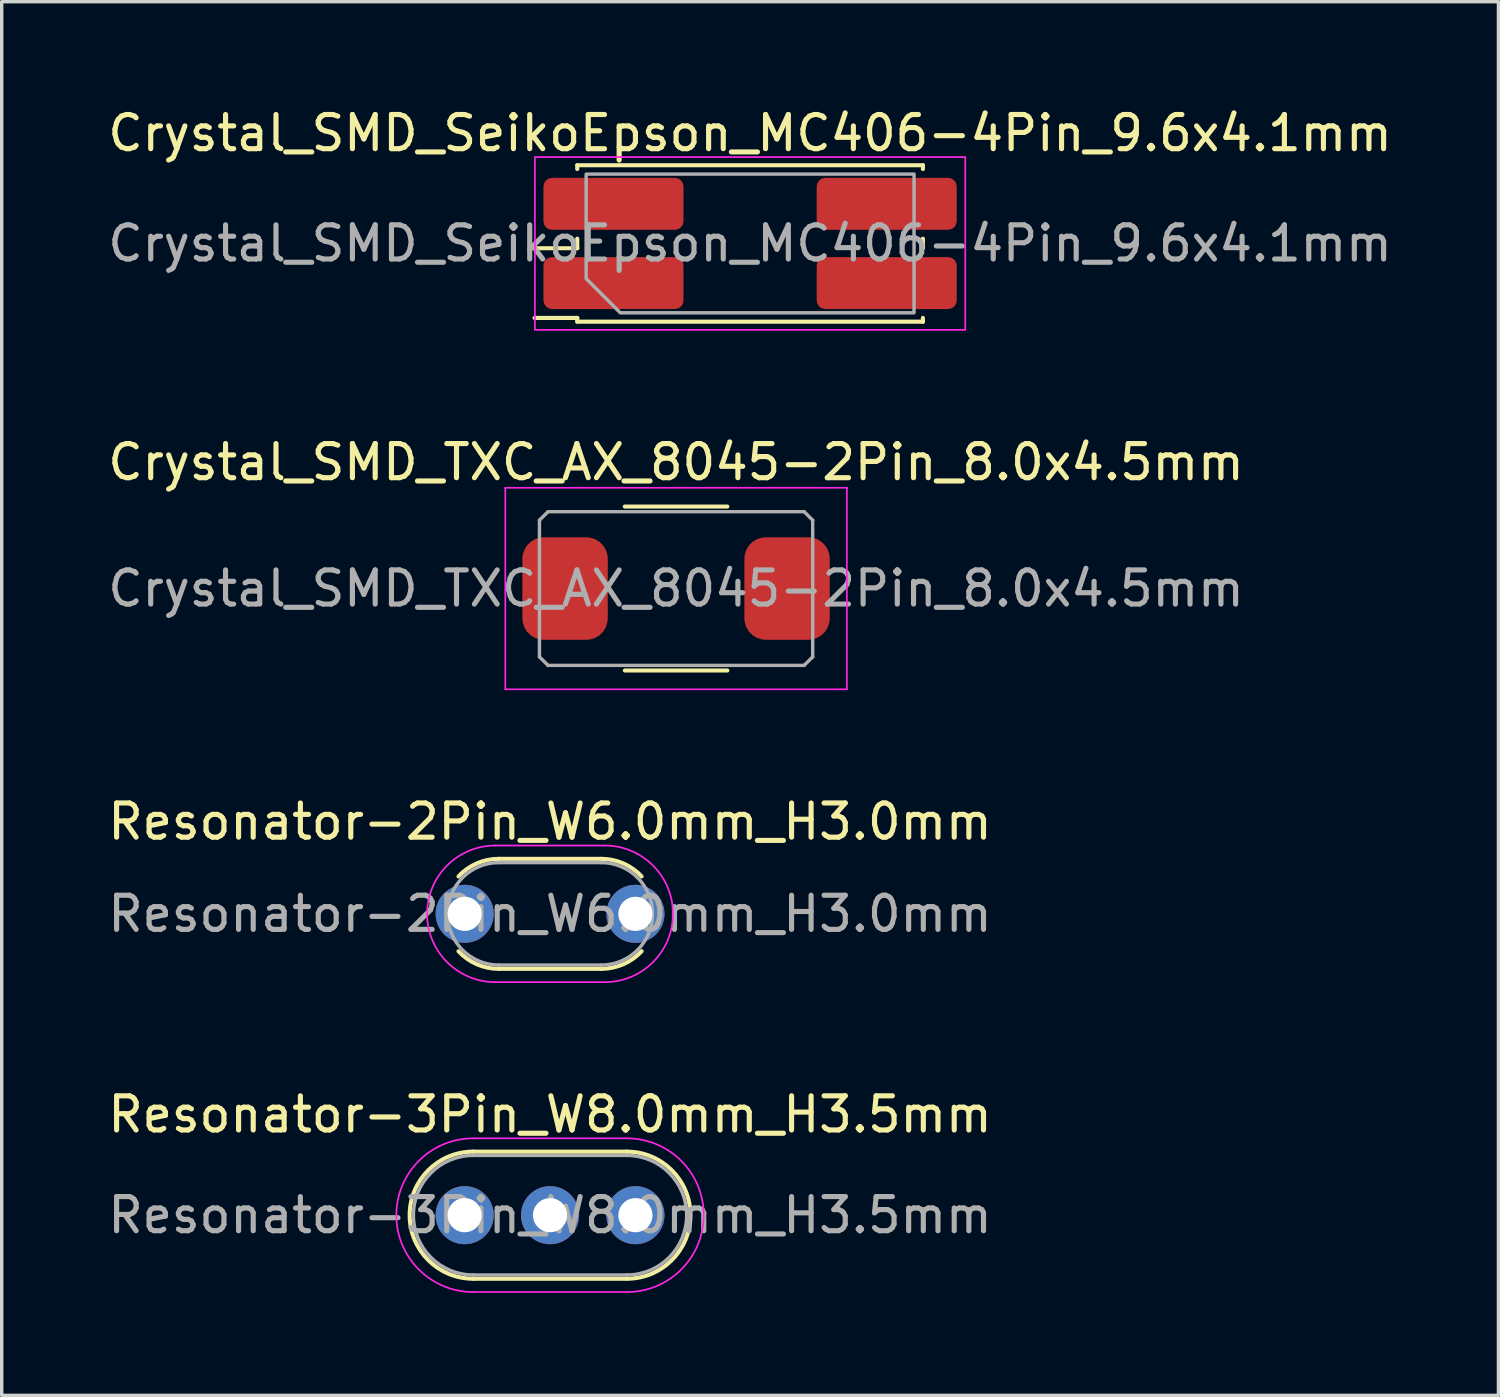
<source format=kicad_pcb>
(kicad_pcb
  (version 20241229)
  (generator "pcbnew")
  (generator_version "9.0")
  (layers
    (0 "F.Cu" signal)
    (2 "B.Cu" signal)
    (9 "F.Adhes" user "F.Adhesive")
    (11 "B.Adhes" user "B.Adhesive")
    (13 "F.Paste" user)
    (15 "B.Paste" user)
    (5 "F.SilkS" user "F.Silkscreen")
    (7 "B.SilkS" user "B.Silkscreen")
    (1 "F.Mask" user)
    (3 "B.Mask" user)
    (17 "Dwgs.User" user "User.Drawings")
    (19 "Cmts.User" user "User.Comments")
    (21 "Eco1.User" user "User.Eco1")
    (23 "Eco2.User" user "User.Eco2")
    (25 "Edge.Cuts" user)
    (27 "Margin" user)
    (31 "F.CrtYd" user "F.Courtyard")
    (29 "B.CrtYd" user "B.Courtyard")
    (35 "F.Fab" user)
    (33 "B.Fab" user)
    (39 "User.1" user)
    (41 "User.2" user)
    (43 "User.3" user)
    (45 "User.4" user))
  (footprint "Crystal_SMD_SeikoEpson_MC406-4Pin_9.6x4.1mm"
    (layer "F.Cu")
    (at 18.911 4.078)
    (property "Reference" "Crystal_SMD_SeikoEpson_MC406-4Pin_9.6x4.1mm" (at 0 -3.23 0) (layer "F.SilkS") (effects (font (size 1 1) (thickness 0.15))))
    (attr smd)
    (fp_line (start -6.31 0.14) (end -5.06 0.14) (stroke (width 0.12) (type solid)) (layer "F.SilkS"))
    (fp_line (start -6.31 2.18) (end -5.06 2.18) (stroke (width 0.12) (type solid)) (layer "F.SilkS"))
    (fp_line (start -5.06 -2.29) (end 5.06 -2.29) (stroke (width 0.12) (type solid)) (layer "F.SilkS"))
    (fp_line (start -5.06 -2.18) (end -5.06 -2.29) (stroke (width 0.12) (type solid)) (layer "F.SilkS"))
    (fp_line (start -5.06 0.14) (end -5.06 -0.14) (stroke (width 0.12) (type solid)) (layer "F.SilkS"))
    (fp_line (start -5.06 2.18) (end -5.06 2.29) (stroke (width 0.12) (type solid)) (layer "F.SilkS"))
    (fp_line (start -5.06 2.29) (end 5.06 2.29) (stroke (width 0.12) (type solid)) (layer "F.SilkS"))
    (fp_line (start 5.06 -2.29) (end 5.06 -2.18) (stroke (width 0.12) (type solid)) (layer "F.SilkS"))
    (fp_line (start 5.06 -0.14) (end 5.06 0.14) (stroke (width 0.12) (type solid)) (layer "F.SilkS"))
    (fp_line (start 5.06 2.29) (end 5.06 2.18) (stroke (width 0.12) (type solid)) (layer "F.SilkS"))
    (fp_rect (start -6.3 -2.53) (end 6.3 2.53) (stroke (width 0.05) (type solid)) (fill no) (layer "F.CrtYd"))
    (fp_poly (pts (xy -4.8 -2.03) (xy -4.8 1.03) (xy -3.8 2.03) (xy 4.8 2.03) (xy 4.8 -2.03)) (stroke (width 0.1) (type solid)) (fill no) (layer "F.Fab"))
    (fp_text user "${REFERENCE}" (at 0 0 0) (layer "F.Fab") (effects (font (size 1 1) (thickness 0.15))))
    (pad "1" smd roundrect (at -4 1.16) (size 4.1 1.52) (layers "F.Cu" "F.Mask" "F.Paste") (roundrect_rratio 0.164))
    (pad "2" smd roundrect (at 4 1.16) (size 4.1 1.52) (layers "F.Cu" "F.Mask" "F.Paste") (roundrect_rratio 0.164))
    (pad "3" smd roundrect (at 4 -1.16) (size 4.1 1.52) (layers "F.Cu" "F.Mask" "F.Paste") (roundrect_rratio 0.164))
    (pad "4" smd roundrect (at -4 -1.16) (size 4.1 1.52) (layers "F.Cu" "F.Mask" "F.Paste") (roundrect_rratio 0.164)))
  (footprint "Crystal_SMD_TXC_AX_8045-2Pin_8.0x4.5mm"
    (layer "F.Cu")
    (at 16.744 14.181)
    (property "Reference" "Crystal_SMD_TXC_AX_8045-2Pin_8.0x4.5mm" (at 0 -3.7 0) (layer "F.SilkS") (effects (font (size 1 1) (thickness 0.15))))
    (attr smd)
    (fp_line (start -1.5 2.4) (end 1.5 2.4) (stroke (width 0.12) (type solid)) (layer "F.SilkS"))
    (fp_line (start 1.5 -2.4) (end -1.5 -2.4) (stroke (width 0.12) (type solid)) (layer "F.SilkS"))
    (fp_line (start -5 -2.95) (end -5 2.95) (stroke (width 0.05) (type solid)) (layer "F.CrtYd"))
    (fp_line (start -5 2.95) (end 5 2.95) (stroke (width 0.05) (type solid)) (layer "F.CrtYd"))
    (fp_line (start 5 -2.95) (end -5 -2.95) (stroke (width 0.05) (type solid)) (layer "F.CrtYd"))
    (fp_line (start 5 2.95) (end 5 -2.95) (stroke (width 0.05) (type solid)) (layer "F.CrtYd"))
    (fp_line (start -4 -2) (end -3.75 -2.25) (stroke (width 0.1) (type solid)) (layer "F.Fab"))
    (fp_line (start -4 2) (end -4 -2) (stroke (width 0.1) (type solid)) (layer "F.Fab"))
    (fp_line (start -3.75 -2.25) (end 3.75 -2.25) (stroke (width 0.1) (type solid)) (layer "F.Fab"))
    (fp_line (start -3.75 2.25) (end -4 2) (stroke (width 0.1) (type solid)) (layer "F.Fab"))
    (fp_line (start 3.75 -2.25) (end 4 -2) (stroke (width 0.1) (type solid)) (layer "F.Fab"))
    (fp_line (start 3.75 2.25) (end -3.75 2.25) (stroke (width 0.1) (type solid)) (layer "F.Fab"))
    (fp_line (start 3.75 2.25) (end 4 2) (stroke (width 0.1) (type solid)) (layer "F.Fab"))
    (fp_line (start 4 -2) (end 4 2) (stroke (width 0.1) (type solid)) (layer "F.Fab"))
    (fp_text user "${REFERENCE}" (at 0 0 0) (layer "F.Fab") (effects (font (size 1 1) (thickness 0.15))))
    (pad "1" smd roundrect (at -3.25 0) (size 2.5 3) (layers "F.Cu" "F.Mask" "F.Paste") (roundrect_rratio 0.25))
    (pad "2" smd roundrect (at 3.25 0) (size 2.5 3) (layers "F.Cu" "F.Mask" "F.Paste") (roundrect_rratio 0.25)))
  (footprint "Resonator-2Pin_W6.0mm_H3.0mm"
    (layer "F.Cu")
    (at 10.554 23.705)
    (property "Reference" "Resonator-2Pin_W6.0mm_H3.0mm" (at 2.5 -2.7 0) (layer "F.SilkS") (effects (font (size 1 1) (thickness 0.15))))
    (attr through_hole)
    (fp_line (start 1 -1.61) (end 4 -1.61) (stroke (width 0.12) (type solid)) (layer "F.SilkS"))
    (fp_line (start 4 1.61) (end 1 1.61) (stroke (width 0.12) (type solid)) (layer "F.SilkS"))
    (fp_arc (start -0.18 -1.095) (mid 0.356084 -1.476037) (end 1 -1.61) (stroke (width 0.12) (type solid)) (layer "F.SilkS"))
    (fp_arc (start 1 1.61) (mid 0.356084 1.476037) (end -0.18 1.095) (stroke (width 0.12) (type solid)) (layer "F.SilkS"))
    (fp_arc (start 4 -1.61) (mid 4.643916 -1.476037) (end 5.18 -1.095) (stroke (width 0.12) (type solid)) (layer "F.SilkS"))
    (fp_arc (start 5.18 1.095) (mid 4.643916 1.476037) (end 4 1.61) (stroke (width 0.12) (type solid)) (layer "F.SilkS"))
    (fp_line (start 0.9 -2) (end 4.1 -2) (stroke (width 0.05) (type solid)) (layer "F.CrtYd"))
    (fp_line (start 4.1 2) (end 0.9 2) (stroke (width 0.05) (type solid)) (layer "F.CrtYd"))
    (fp_arc (start 0.9 2) (mid -1.1 0) (end 0.9 -2) (stroke (width 0.05) (type solid)) (layer "F.CrtYd"))
    (fp_arc (start 4.1 -2) (mid 6.1 0) (end 4.1 2) (stroke (width 0.05) (type solid)) (layer "F.CrtYd"))
    (fp_line (start 1 -1.5) (end 4 -1.5) (stroke (width 0.1) (type solid)) (layer "F.Fab"))
    (fp_line (start 4 1.5) (end 1 1.5) (stroke (width 0.1) (type solid)) (layer "F.Fab"))
    (fp_arc (start 1 1.5) (mid -0.5 0) (end 1 -1.5) (stroke (width 0.1) (type solid)) (layer "F.Fab"))
    (fp_arc (start 4 -1.5) (mid 5.5 0) (end 4 1.5) (stroke (width 0.1) (type solid)) (layer "F.Fab"))
    (fp_text user "${REFERENCE}" (at 2.5 0 0) (layer "F.Fab") (effects (font (size 1 1) (thickness 0.15))))
    (pad "1" thru_hole circle (at 0 0) (size 1.7 1.7) (drill 1) (layers "*.Cu" "*.Mask"))
    (pad "2" thru_hole circle (at 5 0) (size 1.7 1.7) (drill 1) (layers "*.Cu" "*.Mask")))
  (footprint "Resonator-3Pin_W8.0mm_H3.5mm"
    (layer "F.Cu")
    (at 10.554 32.528)
    (property "Reference" "Resonator-3Pin_W8.0mm_H3.5mm" (at 2.5 -2.95 0) (layer "F.SilkS") (effects (font (size 1 1) (thickness 0.15))))
    (attr through_hole)
    (fp_line (start 0.25 -1.86) (end 4.75 -1.86) (stroke (width 0.12) (type solid)) (layer "F.SilkS"))
    (fp_line (start 4.75 1.86) (end 0.25 1.86) (stroke (width 0.12) (type solid)) (layer "F.SilkS"))
    (fp_arc (start 0.25 1.86) (mid -1.61 0) (end 0.25 -1.86) (stroke (width 0.12) (type solid)) (layer "F.SilkS"))
    (fp_arc (start 4.75 -1.86) (mid 6.61 0) (end 4.75 1.86) (stroke (width 0.12) (type solid)) (layer "F.SilkS"))
    (fp_line (start 0.25 -2.25) (end 4.75 -2.25) (stroke (width 0.05) (type solid)) (layer "F.CrtYd"))
    (fp_line (start 4.75 2.25) (end 0.25 2.25) (stroke (width 0.05) (type solid)) (layer "F.CrtYd"))
    (fp_arc (start 0.25 2.25) (mid -2 0) (end 0.25 -2.25) (stroke (width 0.05) (type solid)) (layer "F.CrtYd"))
    (fp_arc (start 4.75 -2.25) (mid 7 0) (end 4.75 2.25) (stroke (width 0.05) (type solid)) (layer "F.CrtYd"))
    (fp_line (start 0.25 -1.75) (end 4.75 -1.75) (stroke (width 0.1) (type solid)) (layer "F.Fab"))
    (fp_line (start 4.75 1.75) (end 0.25 1.75) (stroke (width 0.1) (type solid)) (layer "F.Fab"))
    (fp_arc (start 0.25 1.75) (mid -1.5 0) (end 0.25 -1.75) (stroke (width 0.1) (type solid)) (layer "F.Fab"))
    (fp_arc (start 4.75 -1.75) (mid 6.5 0) (end 4.75 1.75) (stroke (width 0.1) (type solid)) (layer "F.Fab"))
    (fp_text user "${REFERENCE}" (at 2.5 0 0) (layer "F.Fab") (effects (font (size 1 1) (thickness 0.15))))
    (pad "1" thru_hole circle (at 0 0) (size 1.7 1.7) (drill 1) (layers "*.Cu" "*.Mask"))
    (pad "2" thru_hole circle (at 2.5 0) (size 1.7 1.7) (drill 1) (layers "*.Cu" "*.Mask"))
    (pad "3" thru_hole circle (at 5 0) (size 1.7 1.7) (drill 1) (layers "*.Cu" "*.Mask")))
  (gr_rect
    (start -3 -3)
    (end 40.821 37.803)
    (stroke (width 0.1) (type default))
    (fill no)
    (layer "Edge.Cuts")))
</source>
